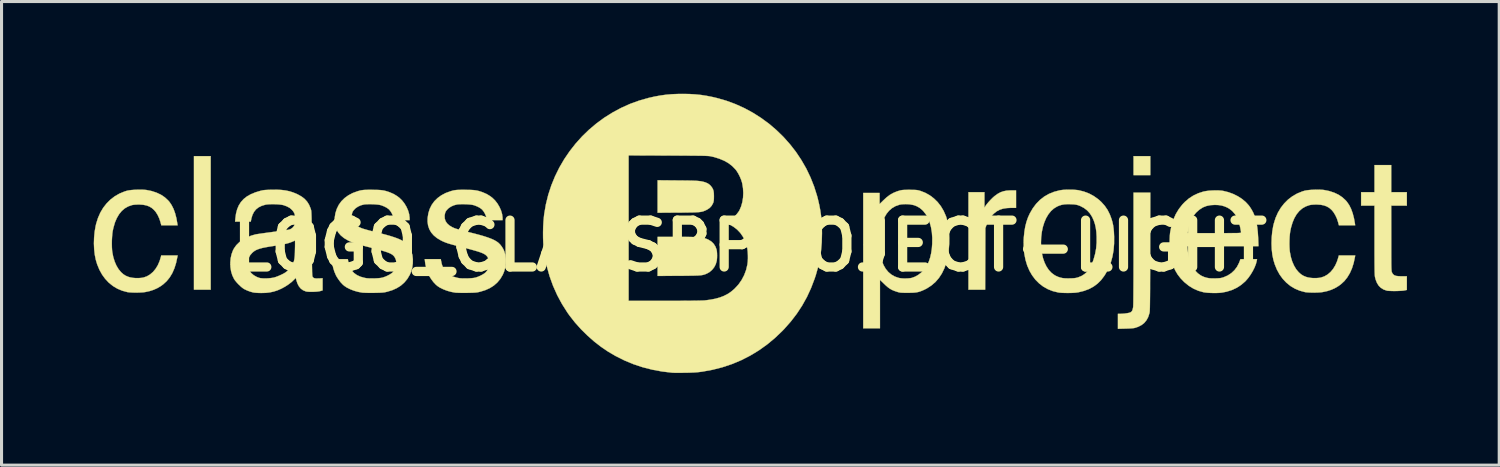
<source format=kicad_pcb>
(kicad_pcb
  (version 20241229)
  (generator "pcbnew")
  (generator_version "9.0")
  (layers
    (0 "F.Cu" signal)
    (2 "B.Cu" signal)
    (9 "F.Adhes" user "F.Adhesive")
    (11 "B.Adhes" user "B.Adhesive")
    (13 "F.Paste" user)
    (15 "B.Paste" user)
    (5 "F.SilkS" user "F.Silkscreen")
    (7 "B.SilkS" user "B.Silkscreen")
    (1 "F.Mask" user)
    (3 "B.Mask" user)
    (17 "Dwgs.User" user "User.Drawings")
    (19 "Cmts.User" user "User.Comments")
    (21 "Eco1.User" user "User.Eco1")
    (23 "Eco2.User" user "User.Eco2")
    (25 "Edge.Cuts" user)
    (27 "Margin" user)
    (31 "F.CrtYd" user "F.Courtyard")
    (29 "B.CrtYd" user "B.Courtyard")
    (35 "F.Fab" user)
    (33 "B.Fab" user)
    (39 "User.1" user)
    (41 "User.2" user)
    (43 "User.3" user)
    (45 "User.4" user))
  (footprint "LOGO_CLASSBPROJECT-LIGHT"
    (layer "F.Cu")
    (at 21.341 4.945)
    (property "Reference" "LOGO_CLASSBPROJECT-LIGHT" (at 0 0 0) (layer "F.SilkS") (effects (font (size 1.524 1.524) (thickness 0.3))))
    (attr through_hole)
    (fp_poly (pts (xy -17.538 1.427) (xy -18.082 1.427) (xy -18.082 -2.915) (xy -17.538 -2.915) (xy -17.538 1.427)) (stroke (width 0.01) (type solid)) (fill yes) (layer "F.SilkS"))
    (fp_poly (pts (xy 13.027 -2.298) (xy 12.482 -2.298) (xy 12.482 -2.915) (xy 13.027 -2.915) (xy 13.027 -2.298)) (stroke (width 0.01) (type solid)) (fill yes) (layer "F.SilkS"))
    (fp_poly (pts (xy 8.66 -1.234) (xy 8.499 -1.234) (xy 8.359 -1.227) (xy 8.238 -1.208) (xy 8.131 -1.174) (xy 8.035 -1.124) (xy 7.949 -1.057) (xy 7.901 -1.011) (xy 7.83 -0.928) (xy 7.774 -0.845) (xy 7.728 -0.753) (xy 7.7 -0.68) (xy 7.662 -0.575) (xy 7.659 0.426) (xy 7.655 1.427) (xy 7.112 1.427) (xy 7.112 -1.742) (xy 7.632 -1.742) (xy 7.632 -1.241) (xy 7.667 -1.297) (xy 7.709 -1.355) (xy 7.764 -1.421) (xy 7.827 -1.49) (xy 7.893 -1.556) (xy 7.955 -1.612) (xy 7.964 -1.619) (xy 8.059 -1.688) (xy 8.152 -1.739) (xy 8.249 -1.773) (xy 8.355 -1.794) (xy 8.476 -1.802) (xy 8.508 -1.802) (xy 8.66 -1.802) (xy 8.66 -1.234)) (stroke (width 0.01) (type solid)) (fill yes) (layer "F.SilkS"))
    (fp_poly (pts (xy -2.386 -0.29) (xy -2.218 -0.29) (xy -2.073 -0.289) (xy -1.947 -0.288) (xy -1.84 -0.285) (xy -1.748 -0.282) (xy -1.67 -0.277) (xy -1.604 -0.271) (xy -1.547 -0.263) (xy -1.498 -0.253) (xy -1.454 -0.241) (xy -1.414 -0.227) (xy -1.375 -0.211) (xy -1.346 -0.197) (xy -1.252 -0.139) (xy -1.176 -0.065) (xy -1.119 0.025) (xy -1.081 0.127) (xy -1.072 0.178) (xy -1.067 0.245) (xy -1.065 0.32) (xy -1.067 0.396) (xy -1.073 0.464) (xy -1.077 0.491) (xy -1.108 0.598) (xy -1.159 0.697) (xy -1.228 0.783) (xy -1.31 0.854) (xy -1.383 0.896) (xy -1.416 0.911) (xy -1.446 0.924) (xy -1.477 0.935) (xy -1.509 0.944) (xy -1.546 0.952) (xy -1.588 0.958) (xy -1.639 0.963) (xy -1.7 0.967) (xy -1.774 0.969) (xy -1.863 0.972) (xy -1.968 0.973) (xy -2.092 0.975) (xy -2.238 0.976) (xy -2.313 0.976) (xy -3 0.981) (xy -3 -0.29) (xy -2.386 -0.29)) (stroke (width 0.01) (type solid)) (fill yes) (layer "F.SilkS"))
    (fp_poly (pts (xy -2.349 -2.125) (xy -2.199 -2.124) (xy -2.07 -2.122) (xy -1.961 -2.121) (xy -1.869 -2.119) (xy -1.792 -2.116) (xy -1.727 -2.113) (xy -1.672 -2.108) (xy -1.625 -2.103) (xy -1.583 -2.097) (xy -1.544 -2.089) (xy -1.506 -2.08) (xy -1.466 -2.069) (xy -1.447 -2.063) (xy -1.364 -2.027) (xy -1.29 -1.97) (xy -1.237 -1.907) (xy -1.209 -1.86) (xy -1.189 -1.814) (xy -1.177 -1.763) (xy -1.17 -1.701) (xy -1.168 -1.622) (xy -1.168 -1.603) (xy -1.169 -1.535) (xy -1.172 -1.485) (xy -1.178 -1.445) (xy -1.187 -1.411) (xy -1.195 -1.389) (xy -1.241 -1.304) (xy -1.304 -1.234) (xy -1.387 -1.178) (xy -1.409 -1.167) (xy -1.444 -1.15) (xy -1.477 -1.136) (xy -1.508 -1.124) (xy -1.541 -1.114) (xy -1.577 -1.106) (xy -1.619 -1.099) (xy -1.67 -1.094) (xy -1.73 -1.09) (xy -1.803 -1.087) (xy -1.89 -1.084) (xy -1.993 -1.083) (xy -2.116 -1.081) (xy -2.26 -1.08) (xy -2.331 -1.08) (xy -3 -1.075) (xy -3 -2.131) (xy -2.349 -2.125)) (stroke (width 0.01) (type solid)) (fill yes) (layer "F.SilkS"))
    (fp_poly (pts (xy 13.023 0.191) (xy 13.023 0.444) (xy 13.022 0.675) (xy 13.022 0.883) (xy 13.021 1.071) (xy 13.02 1.24) (xy 13.02 1.39) (xy 13.019 1.522) (xy 13.018 1.639) (xy 13.017 1.74) (xy 13.016 1.828) (xy 13.015 1.903) (xy 13.014 1.966) (xy 13.013 2.019) (xy 13.011 2.063) (xy 13.01 2.099) (xy 13.008 2.127) (xy 13.006 2.15) (xy 13.003 2.169) (xy 13.001 2.183) (xy 12.998 2.195) (xy 12.959 2.317) (xy 12.903 2.421) (xy 12.831 2.508) (xy 12.742 2.578) (xy 12.634 2.634) (xy 12.537 2.667) (xy 12.5 2.676) (xy 12.451 2.682) (xy 12.388 2.687) (xy 12.308 2.691) (xy 12.219 2.694) (xy 11.974 2.7) (xy 11.974 2.213) (xy 12.05 2.213) (xy 12.118 2.211) (xy 12.19 2.205) (xy 12.261 2.195) (xy 12.323 2.184) (xy 12.369 2.171) (xy 12.374 2.17) (xy 12.408 2.149) (xy 12.434 2.118) (xy 12.453 2.072) (xy 12.467 2.007) (xy 12.47 1.988) (xy 12.471 1.964) (xy 12.473 1.916) (xy 12.475 1.845) (xy 12.476 1.753) (xy 12.477 1.638) (xy 12.478 1.503) (xy 12.479 1.347) (xy 12.48 1.172) (xy 12.481 0.977) (xy 12.481 0.765) (xy 12.482 0.535) (xy 12.482 0.287) (xy 12.482 0.088) (xy 12.482 -1.73) (xy 13.027 -1.73) (xy 13.023 0.191)) (stroke (width 0.01) (type solid)) (fill yes) (layer "F.SilkS"))
    (fp_poly (pts (xy 20.864 -1.742) (xy 21.372 -1.742) (xy 21.372 -1.306) (xy 20.864 -1.306) (xy 20.865 -0.245) (xy 20.865 -0.06) (xy 20.865 0.102) (xy 20.865 0.244) (xy 20.865 0.366) (xy 20.866 0.469) (xy 20.866 0.557) (xy 20.867 0.629) (xy 20.868 0.689) (xy 20.87 0.736) (xy 20.872 0.773) (xy 20.874 0.802) (xy 20.876 0.824) (xy 20.879 0.84) (xy 20.882 0.852) (xy 20.886 0.862) (xy 20.887 0.865) (xy 20.911 0.908) (xy 20.94 0.941) (xy 20.978 0.965) (xy 21.027 0.98) (xy 21.093 0.988) (xy 21.177 0.992) (xy 21.209 0.992) (xy 21.372 0.992) (xy 21.372 1.436) (xy 21.303 1.451) (xy 21.256 1.459) (xy 21.192 1.464) (xy 21.117 1.468) (xy 21.035 1.471) (xy 20.951 1.472) (xy 20.872 1.47) (xy 20.801 1.467) (xy 20.746 1.463) (xy 20.716 1.457) (xy 20.615 1.422) (xy 20.529 1.369) (xy 20.458 1.3) (xy 20.402 1.211) (xy 20.359 1.104) (xy 20.34 1.032) (xy 20.336 1.015) (xy 20.333 0.994) (xy 20.331 0.969) (xy 20.328 0.937) (xy 20.327 0.897) (xy 20.325 0.848) (xy 20.324 0.788) (xy 20.323 0.715) (xy 20.322 0.628) (xy 20.321 0.525) (xy 20.321 0.405) (xy 20.32 0.266) (xy 20.32 0.107) (xy 20.32 -0.073) (xy 20.32 -0.181) (xy 20.32 -1.306) (xy 19.885 -1.306) (xy 19.885 -1.742) (xy 20.32 -1.742) (xy 20.32 -2.625) (xy 20.864 -2.625) (xy 20.864 -1.742)) (stroke (width 0.01) (type solid)) (fill yes) (layer "F.SilkS"))
    (fp_poly (pts (xy -19.747 -1.824) (xy -19.668 -1.819) (xy -19.63 -1.815) (xy -19.457 -1.78) (xy -19.299 -1.728) (xy -19.157 -1.661) (xy -19.031 -1.577) (xy -18.924 -1.478) (xy -18.883 -1.432) (xy -18.81 -1.325) (xy -18.747 -1.201) (xy -18.695 -1.058) (xy -18.653 -0.896) (xy -18.622 -0.717) (xy -18.614 -0.665) (xy -19.143 -0.665) (xy -19.171 -0.77) (xy -19.21 -0.889) (xy -19.261 -0.999) (xy -19.322 -1.097) (xy -19.381 -1.166) (xy -19.455 -1.231) (xy -19.536 -1.279) (xy -19.628 -1.313) (xy -19.733 -1.334) (xy -19.856 -1.342) (xy -19.885 -1.342) (xy -19.966 -1.34) (xy -20.038 -1.334) (xy -20.093 -1.325) (xy -20.097 -1.324) (xy -20.221 -1.281) (xy -20.333 -1.217) (xy -20.432 -1.132) (xy -20.518 -1.026) (xy -20.592 -0.9) (xy -20.654 -0.753) (xy -20.702 -0.586) (xy -20.726 -0.475) (xy -20.738 -0.389) (xy -20.746 -0.286) (xy -20.752 -0.174) (xy -20.753 -0.06) (xy -20.751 0.05) (xy -20.745 0.149) (xy -20.738 0.206) (xy -20.707 0.366) (xy -20.661 0.514) (xy -20.603 0.647) (xy -20.533 0.763) (xy -20.453 0.859) (xy -20.378 0.926) (xy -20.301 0.975) (xy -20.214 1.011) (xy -20.156 1.028) (xy -20.074 1.043) (xy -19.979 1.051) (xy -19.881 1.051) (xy -19.79 1.044) (xy -19.729 1.034) (xy -19.615 0.995) (xy -19.511 0.934) (xy -19.416 0.853) (xy -19.332 0.753) (xy -19.259 0.635) (xy -19.2 0.5) (xy -19.159 0.366) (xy -19.146 0.314) (xy -18.613 0.314) (xy -18.621 0.36) (xy -18.663 0.556) (xy -18.718 0.732) (xy -18.787 0.89) (xy -18.871 1.029) (xy -18.97 1.151) (xy -19.084 1.255) (xy -19.165 1.314) (xy -19.28 1.381) (xy -19.398 1.433) (xy -19.525 1.474) (xy -19.668 1.505) (xy -19.671 1.505) (xy -19.737 1.514) (xy -19.818 1.519) (xy -19.909 1.522) (xy -20.003 1.523) (xy -20.093 1.52) (xy -20.174 1.515) (xy -20.239 1.508) (xy -20.252 1.505) (xy -20.419 1.46) (xy -20.574 1.394) (xy -20.718 1.308) (xy -20.85 1.202) (xy -20.967 1.078) (xy -21.07 0.937) (xy -21.158 0.778) (xy -21.23 0.604) (xy -21.275 0.455) (xy -21.308 0.291) (xy -21.328 0.112) (xy -21.336 -0.076) (xy -21.33 -0.268) (xy -21.312 -0.458) (xy -21.28 -0.641) (xy -21.262 -0.72) (xy -21.203 -0.906) (xy -21.127 -1.079) (xy -21.033 -1.237) (xy -20.922 -1.379) (xy -20.796 -1.504) (xy -20.656 -1.611) (xy -20.502 -1.699) (xy -20.336 -1.767) (xy -20.253 -1.792) (xy -20.195 -1.803) (xy -20.118 -1.813) (xy -20.028 -1.82) (xy -19.933 -1.824) (xy -19.837 -1.826) (xy -19.747 -1.824)) (stroke (width 0.01) (type solid)) (fill yes) (layer "F.SilkS"))
    (fp_poly (pts (xy 18.559 -1.824) (xy 18.638 -1.819) (xy 18.676 -1.815) (xy 18.849 -1.78) (xy 19.007 -1.728) (xy 19.149 -1.661) (xy 19.274 -1.577) (xy 19.382 -1.478) (xy 19.422 -1.432) (xy 19.496 -1.325) (xy 19.558 -1.201) (xy 19.61 -1.058) (xy 19.652 -0.896) (xy 19.684 -0.717) (xy 19.691 -0.665) (xy 19.163 -0.665) (xy 19.135 -0.77) (xy 19.096 -0.889) (xy 19.044 -0.999) (xy 18.983 -1.097) (xy 18.925 -1.166) (xy 18.851 -1.231) (xy 18.769 -1.279) (xy 18.678 -1.313) (xy 18.572 -1.334) (xy 18.45 -1.342) (xy 18.421 -1.342) (xy 18.339 -1.34) (xy 18.268 -1.334) (xy 18.212 -1.325) (xy 18.209 -1.324) (xy 18.085 -1.281) (xy 17.973 -1.217) (xy 17.874 -1.132) (xy 17.787 -1.026) (xy 17.713 -0.9) (xy 17.652 -0.753) (xy 17.603 -0.586) (xy 17.58 -0.475) (xy 17.568 -0.389) (xy 17.559 -0.286) (xy 17.554 -0.174) (xy 17.552 -0.06) (xy 17.555 0.05) (xy 17.561 0.149) (xy 17.568 0.206) (xy 17.599 0.366) (xy 17.644 0.514) (xy 17.703 0.647) (xy 17.772 0.763) (xy 17.853 0.859) (xy 17.928 0.926) (xy 18.005 0.975) (xy 18.091 1.011) (xy 18.15 1.028) (xy 18.232 1.043) (xy 18.326 1.051) (xy 18.424 1.051) (xy 18.516 1.044) (xy 18.577 1.034) (xy 18.69 0.995) (xy 18.795 0.934) (xy 18.89 0.853) (xy 18.974 0.753) (xy 19.046 0.635) (xy 19.105 0.5) (xy 19.147 0.366) (xy 19.16 0.314) (xy 19.692 0.314) (xy 19.685 0.36) (xy 19.643 0.556) (xy 19.588 0.732) (xy 19.518 0.89) (xy 19.434 1.029) (xy 19.336 1.151) (xy 19.222 1.255) (xy 19.14 1.314) (xy 19.026 1.381) (xy 18.908 1.433) (xy 18.781 1.474) (xy 18.637 1.505) (xy 18.634 1.505) (xy 18.569 1.514) (xy 18.487 1.519) (xy 18.397 1.522) (xy 18.303 1.523) (xy 18.212 1.52) (xy 18.131 1.515) (xy 18.067 1.508) (xy 18.054 1.505) (xy 17.887 1.46) (xy 17.731 1.394) (xy 17.587 1.308) (xy 17.456 1.202) (xy 17.338 1.078) (xy 17.235 0.937) (xy 17.147 0.778) (xy 17.076 0.604) (xy 17.031 0.455) (xy 16.997 0.291) (xy 16.977 0.112) (xy 16.97 -0.076) (xy 16.976 -0.268) (xy 16.994 -0.458) (xy 17.025 -0.641) (xy 17.044 -0.72) (xy 17.102 -0.906) (xy 17.179 -1.079) (xy 17.273 -1.237) (xy 17.384 -1.379) (xy 17.509 -1.504) (xy 17.65 -1.611) (xy 17.803 -1.699) (xy 17.969 -1.767) (xy 18.052 -1.792) (xy 18.111 -1.803) (xy 18.188 -1.813) (xy 18.277 -1.82) (xy 18.373 -1.824) (xy 18.469 -1.826) (xy 18.559 -1.824)) (stroke (width 0.01) (type solid)) (fill yes) (layer "F.SilkS"))
    (fp_poly (pts (xy 5.284 -1.819) (xy 5.347 -1.818) (xy 5.396 -1.816) (xy 5.435 -1.812) (xy 5.469 -1.807) (xy 5.503 -1.798) (xy 5.542 -1.787) (xy 5.546 -1.786) (xy 5.704 -1.725) (xy 5.852 -1.643) (xy 5.987 -1.541) (xy 6.109 -1.422) (xy 6.215 -1.286) (xy 6.305 -1.134) (xy 6.378 -0.968) (xy 6.392 -0.929) (xy 6.432 -0.783) (xy 6.461 -0.62) (xy 6.48 -0.444) (xy 6.488 -0.26) (xy 6.486 -0.072) (xy 6.473 0.114) (xy 6.449 0.295) (xy 6.414 0.466) (xy 6.392 0.55) (xy 6.328 0.733) (xy 6.248 0.898) (xy 6.151 1.046) (xy 6.038 1.177) (xy 5.908 1.289) (xy 5.763 1.384) (xy 5.703 1.415) (xy 5.624 1.452) (xy 5.554 1.48) (xy 5.488 1.501) (xy 5.419 1.515) (xy 5.343 1.524) (xy 5.254 1.528) (xy 5.146 1.529) (xy 5.134 1.529) (xy 5.051 1.529) (xy 4.986 1.528) (xy 4.937 1.526) (xy 4.897 1.523) (xy 4.864 1.517) (xy 4.83 1.509) (xy 4.793 1.498) (xy 4.784 1.495) (xy 4.695 1.465) (xy 4.619 1.432) (xy 4.55 1.392) (xy 4.482 1.342) (xy 4.408 1.277) (xy 4.37 1.24) (xy 4.233 1.107) (xy 4.233 1.896) (xy 4.233 2.685) (xy 3.689 2.685) (xy 3.689 -0.028) (xy 4.218 -0.028) (xy 4.229 0.161) (xy 4.255 0.334) (xy 4.295 0.49) (xy 4.35 0.629) (xy 4.419 0.749) (xy 4.503 0.851) (xy 4.6 0.934) (xy 4.71 0.998) (xy 4.834 1.042) (xy 4.88 1.052) (xy 4.935 1.059) (xy 5.004 1.063) (xy 5.08 1.063) (xy 5.155 1.06) (xy 5.221 1.053) (xy 5.266 1.045) (xy 5.374 1.006) (xy 5.48 0.946) (xy 5.579 0.869) (xy 5.668 0.779) (xy 5.741 0.679) (xy 5.768 0.631) (xy 5.823 0.511) (xy 5.866 0.384) (xy 5.898 0.246) (xy 5.921 0.094) (xy 5.933 -0.067) (xy 5.935 -0.255) (xy 5.922 -0.435) (xy 5.894 -0.604) (xy 5.851 -0.76) (xy 5.794 -0.9) (xy 5.725 -1.025) (xy 5.642 -1.13) (xy 5.624 -1.149) (xy 5.533 -1.227) (xy 5.433 -1.286) (xy 5.322 -1.326) (xy 5.197 -1.349) (xy 5.075 -1.355) (xy 4.999 -1.353) (xy 4.929 -1.347) (xy 4.875 -1.338) (xy 4.868 -1.336) (xy 4.743 -1.293) (xy 4.631 -1.229) (xy 4.532 -1.145) (xy 4.447 -1.041) (xy 4.375 -0.917) (xy 4.316 -0.773) (xy 4.271 -0.61) (xy 4.24 -0.427) (xy 4.222 -0.234) (xy 4.218 -0.028) (xy 3.689 -0.028) (xy 3.689 -1.718) (xy 4.221 -1.718) (xy 4.221 -1.358) (xy 4.352 -1.486) (xy 4.457 -1.582) (xy 4.56 -1.659) (xy 4.667 -1.719) (xy 4.784 -1.768) (xy 4.886 -1.799) (xy 4.921 -1.807) (xy 4.959 -1.813) (xy 5.007 -1.817) (xy 5.067 -1.819) (xy 5.144 -1.82) (xy 5.201 -1.82) (xy 5.284 -1.819)) (stroke (width 0.01) (type solid)) (fill yes) (layer "F.SilkS"))
    (fp_poly (pts (xy 10.478 -1.825) (xy 10.574 -1.82) (xy 10.658 -1.812) (xy 10.688 -1.808) (xy 10.867 -1.764) (xy 11.038 -1.699) (xy 11.197 -1.612) (xy 11.345 -1.505) (xy 11.436 -1.422) (xy 11.546 -1.299) (xy 11.638 -1.164) (xy 11.712 -1.016) (xy 11.766 -0.871) (xy 11.795 -0.771) (xy 11.817 -0.672) (xy 11.832 -0.568) (xy 11.843 -0.452) (xy 11.849 -0.32) (xy 11.85 -0.3) (xy 11.849 -0.067) (xy 11.831 0.15) (xy 11.795 0.353) (xy 11.742 0.544) (xy 11.671 0.724) (xy 11.582 0.895) (xy 11.529 0.98) (xy 11.427 1.114) (xy 11.311 1.23) (xy 11.18 1.327) (xy 11.034 1.406) (xy 10.872 1.467) (xy 10.693 1.511) (xy 10.65 1.518) (xy 10.588 1.526) (xy 10.509 1.531) (xy 10.42 1.534) (xy 10.326 1.535) (xy 10.233 1.533) (xy 10.148 1.53) (xy 10.076 1.524) (xy 10.033 1.518) (xy 9.857 1.475) (xy 9.694 1.411) (xy 9.545 1.327) (xy 9.41 1.223) (xy 9.288 1.1) (xy 9.181 0.957) (xy 9.099 0.816) (xy 9.024 0.644) (xy 8.968 0.458) (xy 8.929 0.259) (xy 8.908 0.048) (xy 8.908 -0.099) (xy 9.471 -0.099) (xy 9.478 0.08) (xy 9.501 0.249) (xy 9.538 0.406) (xy 9.588 0.549) (xy 9.651 0.677) (xy 9.726 0.788) (xy 9.812 0.88) (xy 9.91 0.953) (xy 9.957 0.979) (xy 10.031 1.012) (xy 10.101 1.035) (xy 10.174 1.051) (xy 10.255 1.059) (xy 10.352 1.061) (xy 10.402 1.06) (xy 10.478 1.058) (xy 10.536 1.055) (xy 10.582 1.05) (xy 10.621 1.043) (xy 10.66 1.033) (xy 10.687 1.024) (xy 10.792 0.981) (xy 10.885 0.922) (xy 10.967 0.848) (xy 11.039 0.755) (xy 11.102 0.643) (xy 11.159 0.509) (xy 11.182 0.443) (xy 11.232 0.266) (xy 11.265 0.088) (xy 11.281 -0.097) (xy 11.281 -0.296) (xy 11.281 -0.296) (xy 11.272 -0.45) (xy 11.254 -0.585) (xy 11.226 -0.707) (xy 11.188 -0.821) (xy 11.139 -0.93) (xy 11.136 -0.937) (xy 11.063 -1.052) (xy 10.973 -1.151) (xy 10.867 -1.232) (xy 10.747 -1.295) (xy 10.705 -1.311) (xy 10.659 -1.326) (xy 10.618 -1.336) (xy 10.576 -1.343) (xy 10.526 -1.348) (xy 10.461 -1.351) (xy 10.43 -1.352) (xy 10.321 -1.353) (xy 10.229 -1.347) (xy 10.148 -1.333) (xy 10.072 -1.31) (xy 9.994 -1.277) (xy 9.891 -1.214) (xy 9.798 -1.131) (xy 9.714 -1.028) (xy 9.642 -0.907) (xy 9.582 -0.77) (xy 9.534 -0.619) (xy 9.499 -0.454) (xy 9.477 -0.277) (xy 9.471 -0.099) (xy 8.908 -0.099) (xy 8.907 -0.171) (xy 8.913 -0.275) (xy 8.932 -0.46) (xy 8.96 -0.627) (xy 8.999 -0.78) (xy 9.049 -0.923) (xy 9.108 -1.052) (xy 9.204 -1.218) (xy 9.314 -1.365) (xy 9.438 -1.492) (xy 9.576 -1.6) (xy 9.727 -1.687) (xy 9.892 -1.754) (xy 10.07 -1.801) (xy 10.108 -1.808) (xy 10.183 -1.818) (xy 10.275 -1.824) (xy 10.375 -1.826) (xy 10.478 -1.825)) (stroke (width 0.01) (type solid)) (fill yes) (layer "F.SilkS"))
    (fp_poly (pts (xy 15.261 -1.8) (xy 15.354 -1.792) (xy 15.399 -1.785) (xy 15.565 -1.744) (xy 15.723 -1.686) (xy 15.871 -1.613) (xy 16.007 -1.526) (xy 16.126 -1.427) (xy 16.227 -1.318) (xy 16.265 -1.267) (xy 16.326 -1.171) (xy 16.378 -1.073) (xy 16.421 -0.969) (xy 16.457 -0.857) (xy 16.485 -0.734) (xy 16.507 -0.597) (xy 16.524 -0.443) (xy 16.535 -0.27) (xy 16.539 -0.172) (xy 16.546 0.012) (xy 14.236 0.012) (xy 14.236 0.064) (xy 14.239 0.115) (xy 14.247 0.182) (xy 14.259 0.257) (xy 14.273 0.334) (xy 14.289 0.403) (xy 14.296 0.433) (xy 14.345 0.572) (xy 14.408 0.696) (xy 14.484 0.804) (xy 14.571 0.894) (xy 14.669 0.964) (xy 14.711 0.986) (xy 14.789 1.019) (xy 14.866 1.042) (xy 14.948 1.056) (xy 15.042 1.062) (xy 15.149 1.061) (xy 15.223 1.058) (xy 15.28 1.054) (xy 15.326 1.048) (xy 15.367 1.038) (xy 15.411 1.024) (xy 15.415 1.023) (xy 15.546 0.966) (xy 15.662 0.89) (xy 15.763 0.796) (xy 15.847 0.686) (xy 15.912 0.56) (xy 15.926 0.526) (xy 15.96 0.436) (xy 16.229 0.436) (xy 16.499 0.435) (xy 16.491 0.481) (xy 16.464 0.587) (xy 16.42 0.701) (xy 16.361 0.819) (xy 16.292 0.935) (xy 16.214 1.045) (xy 16.13 1.142) (xy 16.111 1.162) (xy 15.981 1.273) (xy 15.838 1.366) (xy 15.68 1.439) (xy 15.508 1.493) (xy 15.353 1.523) (xy 15.278 1.531) (xy 15.188 1.535) (xy 15.089 1.536) (xy 14.989 1.533) (xy 14.894 1.528) (xy 14.81 1.519) (xy 14.756 1.51) (xy 14.589 1.463) (xy 14.43 1.393) (xy 14.28 1.301) (xy 14.138 1.186) (xy 14.126 1.175) (xy 14.012 1.057) (xy 13.915 0.931) (xy 13.835 0.795) (xy 13.77 0.647) (xy 13.719 0.484) (xy 13.68 0.302) (xy 13.667 0.218) (xy 13.661 0.151) (xy 13.657 0.067) (xy 13.655 -0.029) (xy 13.655 -0.13) (xy 13.658 -0.231) (xy 13.662 -0.325) (xy 13.669 -0.405) (xy 13.67 -0.411) (xy 14.245 -0.411) (xy 15.112 -0.411) (xy 15.277 -0.411) (xy 15.421 -0.411) (xy 15.543 -0.412) (xy 15.646 -0.412) (xy 15.731 -0.413) (xy 15.801 -0.413) (xy 15.856 -0.414) (xy 15.898 -0.416) (xy 15.93 -0.418) (xy 15.952 -0.42) (xy 15.966 -0.422) (xy 15.974 -0.426) (xy 15.977 -0.429) (xy 15.978 -0.432) (xy 15.975 -0.469) (xy 15.966 -0.523) (xy 15.954 -0.586) (xy 15.938 -0.654) (xy 15.922 -0.72) (xy 15.906 -0.777) (xy 15.905 -0.78) (xy 15.851 -0.913) (xy 15.782 -1.029) (xy 15.697 -1.127) (xy 15.597 -1.206) (xy 15.527 -1.246) (xy 15.436 -1.284) (xy 15.345 -1.31) (xy 15.246 -1.325) (xy 15.132 -1.33) (xy 15.124 -1.33) (xy 14.985 -1.322) (xy 14.862 -1.297) (xy 14.752 -1.255) (xy 14.733 -1.246) (xy 14.615 -1.169) (xy 14.511 -1.074) (xy 14.423 -0.962) (xy 14.351 -0.834) (xy 14.297 -0.693) (xy 14.262 -0.538) (xy 14.254 -0.481) (xy 14.245 -0.411) (xy 13.67 -0.411) (xy 13.674 -0.443) (xy 13.715 -0.652) (xy 13.775 -0.846) (xy 13.854 -1.026) (xy 13.953 -1.191) (xy 14.071 -1.343) (xy 14.15 -1.425) (xy 14.282 -1.539) (xy 14.427 -1.633) (xy 14.586 -1.708) (xy 14.755 -1.763) (xy 14.837 -1.779) (xy 14.936 -1.792) (xy 15.045 -1.799) (xy 15.155 -1.802) (xy 15.261 -1.8)) (stroke (width 0.01) (type solid)) (fill yes) (layer "F.SilkS"))
    (fp_poly (pts (xy -12.186 -1.819) (xy -12.091 -1.817) (xy -12.011 -1.812) (xy -11.941 -1.803) (xy -11.877 -1.791) (xy -11.814 -1.774) (xy -11.747 -1.752) (xy -11.706 -1.737) (xy -11.581 -1.682) (xy -11.47 -1.614) (xy -11.399 -1.56) (xy -11.312 -1.475) (xy -11.234 -1.375) (xy -11.168 -1.264) (xy -11.117 -1.148) (xy -11.083 -1.032) (xy -11.068 -0.919) (xy -11.067 -0.898) (xy -11.067 -0.835) (xy -11.573 -0.835) (xy -11.587 -0.901) (xy -11.61 -0.976) (xy -11.645 -1.054) (xy -11.688 -1.124) (xy -11.734 -1.18) (xy -11.739 -1.185) (xy -11.806 -1.235) (xy -11.889 -1.279) (xy -11.984 -1.316) (xy -12.017 -1.325) (xy -12.066 -1.335) (xy -12.134 -1.343) (xy -12.213 -1.349) (xy -12.298 -1.352) (xy -12.382 -1.353) (xy -12.46 -1.351) (xy -12.526 -1.347) (xy -12.552 -1.343) (xy -12.652 -1.317) (xy -12.743 -1.276) (xy -12.823 -1.223) (xy -12.886 -1.159) (xy -12.921 -1.107) (xy -12.937 -1.061) (xy -12.949 -1.003) (xy -12.951 -0.977) (xy -12.947 -0.886) (xy -12.922 -0.804) (xy -12.874 -0.731) (xy -12.804 -0.666) (xy -12.711 -0.608) (xy -12.625 -0.57) (xy -12.592 -0.558) (xy -12.538 -0.542) (xy -12.469 -0.522) (xy -12.386 -0.499) (xy -12.295 -0.475) (xy -12.198 -0.45) (xy -12.144 -0.437) (xy -11.972 -0.394) (xy -11.822 -0.354) (xy -11.692 -0.317) (xy -11.58 -0.281) (xy -11.484 -0.247) (xy -11.402 -0.214) (xy -11.332 -0.181) (xy -11.272 -0.146) (xy -11.22 -0.111) (xy -11.204 -0.098) (xy -11.149 -0.045) (xy -11.095 0.024) (xy -11.048 0.1) (xy -11.012 0.175) (xy -11.01 0.181) (xy -10.976 0.304) (xy -10.961 0.437) (xy -10.963 0.575) (xy -10.982 0.712) (xy -11.018 0.843) (xy -11.06 0.941) (xy -11.14 1.076) (xy -11.237 1.193) (xy -11.35 1.293) (xy -11.481 1.376) (xy -11.629 1.443) (xy -11.795 1.494) (xy -11.803 1.496) (xy -11.847 1.506) (xy -11.886 1.514) (xy -11.926 1.519) (xy -11.971 1.523) (xy -12.025 1.526) (xy -12.093 1.528) (xy -12.179 1.53) (xy -12.228 1.531) (xy -12.316 1.531) (xy -12.401 1.531) (xy -12.478 1.53) (xy -12.543 1.527) (xy -12.591 1.525) (xy -12.609 1.523) (xy -12.743 1.498) (xy -12.875 1.461) (xy -12.999 1.413) (xy -13.11 1.358) (xy -13.19 1.305) (xy -13.252 1.25) (xy -13.317 1.179) (xy -13.379 1.096) (xy -13.436 1.01) (xy -13.468 0.95) (xy -13.514 0.841) (xy -13.552 0.719) (xy -13.579 0.595) (xy -13.589 0.523) (xy -13.598 0.435) (xy -13.076 0.435) (xy -13.068 0.481) (xy -13.061 0.519) (xy -13.051 0.567) (xy -13.044 0.596) (xy -13.006 0.708) (xy -12.949 0.805) (xy -12.875 0.886) (xy -12.781 0.953) (xy -12.669 1.005) (xy -12.538 1.042) (xy -12.478 1.053) (xy -12.419 1.059) (xy -12.345 1.062) (xy -12.261 1.062) (xy -12.175 1.06) (xy -12.091 1.055) (xy -12.018 1.048) (xy -11.96 1.038) (xy -11.944 1.034) (xy -11.861 1.006) (xy -11.778 0.969) (xy -11.701 0.927) (xy -11.638 0.883) (xy -11.61 0.858) (xy -11.555 0.785) (xy -11.517 0.702) (xy -11.498 0.614) (xy -11.498 0.525) (xy -11.518 0.44) (xy -11.552 0.371) (xy -11.574 0.341) (xy -11.598 0.315) (xy -11.628 0.29) (xy -11.665 0.267) (xy -11.71 0.244) (xy -11.767 0.221) (xy -11.837 0.196) (xy -11.921 0.17) (xy -12.022 0.141) (xy -12.143 0.108) (xy -12.284 0.071) (xy -12.349 0.054) (xy -12.482 0.02) (xy -12.595 -0.009) (xy -12.689 -0.035) (xy -12.768 -0.057) (xy -12.835 -0.077) (xy -12.891 -0.096) (xy -12.941 -0.115) (xy -12.986 -0.134) (xy -13.03 -0.154) (xy -13.075 -0.176) (xy -13.075 -0.177) (xy -13.202 -0.252) (xy -13.307 -0.339) (xy -13.39 -0.435) (xy -13.451 -0.542) (xy -13.49 -0.66) (xy -13.507 -0.787) (xy -13.505 -0.901) (xy -13.481 -1.056) (xy -13.436 -1.199) (xy -13.372 -1.33) (xy -13.287 -1.448) (xy -13.183 -1.551) (xy -13.061 -1.64) (xy -12.92 -1.715) (xy -12.762 -1.773) (xy -12.692 -1.793) (xy -12.655 -1.802) (xy -12.62 -1.808) (xy -12.583 -1.813) (xy -12.539 -1.817) (xy -12.485 -1.819) (xy -12.416 -1.82) (xy -12.328 -1.82) (xy -12.301 -1.82) (xy -12.186 -1.819)) (stroke (width 0.01) (type solid)) (fill yes) (layer "F.SilkS"))
    (fp_poly (pts (xy -9.162 -1.819) (xy -9.067 -1.817) (xy -8.987 -1.812) (xy -8.917 -1.803) (xy -8.853 -1.791) (xy -8.79 -1.774) (xy -8.723 -1.752) (xy -8.682 -1.737) (xy -8.557 -1.682) (xy -8.446 -1.614) (xy -8.375 -1.56) (xy -8.288 -1.475) (xy -8.21 -1.375) (xy -8.145 -1.264) (xy -8.093 -1.148) (xy -8.059 -1.032) (xy -8.044 -0.919) (xy -8.044 -0.898) (xy -8.043 -0.835) (xy -8.55 -0.835) (xy -8.563 -0.901) (xy -8.586 -0.976) (xy -8.621 -1.054) (xy -8.664 -1.124) (xy -8.71 -1.18) (xy -8.716 -1.185) (xy -8.782 -1.235) (xy -8.866 -1.279) (xy -8.961 -1.316) (xy -8.993 -1.325) (xy -9.042 -1.335) (xy -9.11 -1.343) (xy -9.189 -1.349) (xy -9.274 -1.352) (xy -9.359 -1.353) (xy -9.437 -1.351) (xy -9.502 -1.347) (xy -9.528 -1.343) (xy -9.628 -1.317) (xy -9.719 -1.276) (xy -9.799 -1.223) (xy -9.862 -1.159) (xy -9.897 -1.107) (xy -9.913 -1.061) (xy -9.925 -1.003) (xy -9.928 -0.977) (xy -9.924 -0.886) (xy -9.898 -0.804) (xy -9.85 -0.731) (xy -9.78 -0.666) (xy -9.687 -0.608) (xy -9.602 -0.57) (xy -9.568 -0.558) (xy -9.515 -0.542) (xy -9.445 -0.522) (xy -9.362 -0.499) (xy -9.271 -0.475) (xy -9.174 -0.45) (xy -9.12 -0.437) (xy -8.948 -0.394) (xy -8.798 -0.354) (xy -8.668 -0.317) (xy -8.556 -0.281) (xy -8.46 -0.247) (xy -8.378 -0.214) (xy -8.308 -0.181) (xy -8.248 -0.146) (xy -8.196 -0.111) (xy -8.18 -0.098) (xy -8.125 -0.045) (xy -8.071 0.024) (xy -8.024 0.1) (xy -7.988 0.175) (xy -7.986 0.181) (xy -7.952 0.304) (xy -7.937 0.437) (xy -7.939 0.575) (xy -7.958 0.712) (xy -7.995 0.843) (xy -8.036 0.941) (xy -8.116 1.076) (xy -8.213 1.193) (xy -8.327 1.293) (xy -8.457 1.376) (xy -8.606 1.443) (xy -8.772 1.494) (xy -8.78 1.496) (xy -8.823 1.506) (xy -8.862 1.514) (xy -8.902 1.519) (xy -8.947 1.523) (xy -9.002 1.526) (xy -9.069 1.528) (xy -9.155 1.53) (xy -9.204 1.531) (xy -9.292 1.531) (xy -9.377 1.531) (xy -9.455 1.53) (xy -9.519 1.527) (xy -9.568 1.525) (xy -9.585 1.523) (xy -9.719 1.498) (xy -9.851 1.461) (xy -9.975 1.413) (xy -10.086 1.358) (xy -10.166 1.305) (xy -10.228 1.25) (xy -10.293 1.179) (xy -10.356 1.096) (xy -10.412 1.01) (xy -10.445 0.95) (xy -10.491 0.841) (xy -10.528 0.719) (xy -10.555 0.595) (xy -10.565 0.523) (xy -10.574 0.435) (xy -10.052 0.435) (xy -10.045 0.481) (xy -10.037 0.519) (xy -10.027 0.567) (xy -10.02 0.596) (xy -9.982 0.708) (xy -9.926 0.805) (xy -9.851 0.886) (xy -9.758 0.953) (xy -9.645 1.005) (xy -9.514 1.042) (xy -9.454 1.053) (xy -9.395 1.059) (xy -9.321 1.062) (xy -9.237 1.062) (xy -9.151 1.06) (xy -9.068 1.055) (xy -8.994 1.048) (xy -8.936 1.038) (xy -8.92 1.034) (xy -8.837 1.006) (xy -8.754 0.969) (xy -8.677 0.927) (xy -8.614 0.883) (xy -8.586 0.858) (xy -8.531 0.785) (xy -8.493 0.702) (xy -8.474 0.614) (xy -8.474 0.525) (xy -8.494 0.44) (xy -8.528 0.371) (xy -8.55 0.341) (xy -8.574 0.315) (xy -8.604 0.29) (xy -8.641 0.267) (xy -8.686 0.244) (xy -8.743 0.221) (xy -8.813 0.196) (xy -8.897 0.17) (xy -8.999 0.141) (xy -9.119 0.108) (xy -9.26 0.071) (xy -9.325 0.054) (xy -9.459 0.02) (xy -9.571 -0.009) (xy -9.665 -0.035) (xy -9.744 -0.057) (xy -9.811 -0.077) (xy -9.868 -0.096) (xy -9.917 -0.115) (xy -9.963 -0.134) (xy -10.006 -0.154) (xy -10.051 -0.176) (xy -10.052 -0.177) (xy -10.178 -0.252) (xy -10.283 -0.339) (xy -10.366 -0.435) (xy -10.427 -0.542) (xy -10.466 -0.66) (xy -10.483 -0.787) (xy -10.481 -0.901) (xy -10.457 -1.056) (xy -10.413 -1.199) (xy -10.348 -1.33) (xy -10.263 -1.448) (xy -10.159 -1.551) (xy -10.037 -1.64) (xy -9.897 -1.715) (xy -9.738 -1.773) (xy -9.668 -1.793) (xy -9.631 -1.802) (xy -9.596 -1.808) (xy -9.559 -1.813) (xy -9.515 -1.817) (xy -9.461 -1.819) (xy -9.392 -1.82) (xy -9.304 -1.82) (xy -9.277 -1.82) (xy -9.162 -1.819)) (stroke (width 0.01) (type solid)) (fill yes) (layer "F.SilkS"))
    (fp_poly (pts (xy -1.974 -4.937) (xy -1.775 -4.925) (xy -1.585 -4.906) (xy -1.396 -4.876) (xy -1.2 -4.837) (xy -1.079 -4.808) (xy -0.769 -4.72) (xy -0.468 -4.609) (xy -0.178 -4.478) (xy 0.102 -4.326) (xy 0.37 -4.156) (xy 0.626 -3.968) (xy 0.867 -3.762) (xy 1.094 -3.541) (xy 1.305 -3.304) (xy 1.5 -3.054) (xy 1.676 -2.79) (xy 1.835 -2.514) (xy 1.973 -2.226) (xy 2.091 -1.928) (xy 2.188 -1.621) (xy 2.212 -1.529) (xy 2.256 -1.34) (xy 2.29 -1.162) (xy 2.316 -0.987) (xy 2.333 -0.808) (xy 2.343 -0.62) (xy 2.347 -0.415) (xy 2.347 -0.398) (xy 2.339 -0.109) (xy 2.316 0.166) (xy 2.277 0.432) (xy 2.22 0.694) (xy 2.145 0.958) (xy 2.108 1.069) (xy 1.991 1.376) (xy 1.856 1.668) (xy 1.701 1.946) (xy 1.527 2.211) (xy 1.331 2.466) (xy 1.114 2.711) (xy 1.059 2.768) (xy 0.815 3.001) (xy 0.559 3.213) (xy 0.292 3.403) (xy 0.013 3.572) (xy -0.276 3.72) (xy -0.577 3.846) (xy -0.888 3.95) (xy -1.209 4.032) (xy -1.541 4.093) (xy -1.6 4.101) (xy -1.674 4.11) (xy -1.75 4.117) (xy -1.833 4.122) (xy -1.928 4.126) (xy -2.039 4.129) (xy -2.123 4.13) (xy -2.214 4.131) (xy -2.3 4.131) (xy -2.377 4.131) (xy -2.441 4.131) (xy -2.488 4.13) (xy -2.515 4.129) (xy -2.516 4.129) (xy -2.854 4.089) (xy -3.178 4.029) (xy -3.49 3.949) (xy -3.791 3.849) (xy -4.082 3.728) (xy -4.365 3.586) (xy -4.608 3.444) (xy -4.838 3.288) (xy -5.064 3.113) (xy -5.282 2.92) (xy -5.49 2.715) (xy -5.683 2.5) (xy -5.857 2.279) (xy -5.93 2.177) (xy -6.109 1.895) (xy -6.166 1.79) (xy -3.943 1.79) (xy -2.771 1.79) (xy -2.57 1.79) (xy -2.381 1.79) (xy -2.207 1.789) (xy -2.048 1.788) (xy -1.906 1.787) (xy -1.781 1.786) (xy -1.675 1.784) (xy -1.589 1.782) (xy -1.525 1.78) (xy -1.483 1.778) (xy -1.474 1.778) (xy -1.289 1.754) (xy -1.124 1.723) (xy -0.976 1.682) (xy -0.844 1.631) (xy -0.723 1.569) (xy -0.611 1.494) (xy -0.506 1.405) (xy -0.497 1.397) (xy -0.373 1.264) (xy -0.269 1.117) (xy -0.184 0.956) (xy -0.12 0.785) (xy -0.078 0.605) (xy -0.078 0.603) (xy -0.067 0.512) (xy -0.062 0.409) (xy -0.063 0.3) (xy -0.069 0.194) (xy -0.08 0.097) (xy -0.096 0.018) (xy -0.149 -0.144) (xy -0.22 -0.289) (xy -0.308 -0.417) (xy -0.414 -0.529) (xy -0.537 -0.623) (xy -0.676 -0.7) (xy -0.692 -0.708) (xy -0.732 -0.726) (xy -0.76 -0.741) (xy -0.774 -0.75) (xy -0.774 -0.751) (xy -0.764 -0.76) (xy -0.741 -0.773) (xy -0.661 -0.818) (xy -0.577 -0.881) (xy -0.495 -0.955) (xy -0.421 -1.035) (xy -0.36 -1.116) (xy -0.336 -1.156) (xy -0.283 -1.28) (xy -0.244 -1.418) (xy -0.22 -1.567) (xy -0.213 -1.721) (xy -0.222 -1.877) (xy -0.247 -2.03) (xy -0.254 -2.059) (xy -0.283 -2.15) (xy -0.324 -2.248) (xy -0.373 -2.345) (xy -0.426 -2.431) (xy -0.465 -2.483) (xy -0.57 -2.591) (xy -0.692 -2.686) (xy -0.832 -2.766) (xy -0.992 -2.833) (xy -1.171 -2.888) (xy -1.276 -2.912) (xy -1.294 -2.915) (xy -1.315 -2.918) (xy -1.341 -2.92) (xy -1.373 -2.922) (xy -1.413 -2.924) (xy -1.463 -2.926) (xy -1.523 -2.928) (xy -1.594 -2.929) (xy -1.68 -2.93) (xy -1.78 -2.931) (xy -1.897 -2.932) (xy -2.031 -2.933) (xy -2.184 -2.934) (xy -2.359 -2.935) (xy -2.555 -2.935) (xy -2.658 -2.936) (xy -3.943 -2.94) (xy -3.943 1.79) (xy -6.166 1.79) (xy -6.266 1.604) (xy -6.4 1.304) (xy -6.512 0.995) (xy -6.601 0.678) (xy -6.668 0.352) (xy -6.707 0.063) (xy -6.719 -0.088) (xy -6.725 -0.257) (xy -6.726 -0.434) (xy -6.722 -0.615) (xy -6.712 -0.791) (xy -6.697 -0.956) (xy -6.688 -1.034) (xy -6.633 -1.352) (xy -6.556 -1.662) (xy -6.457 -1.964) (xy -6.337 -2.258) (xy -6.198 -2.541) (xy -6.039 -2.814) (xy -5.862 -3.074) (xy -5.668 -3.322) (xy -5.458 -3.556) (xy -5.232 -3.775) (xy -4.991 -3.978) (xy -4.737 -4.165) (xy -4.469 -4.333) (xy -4.19 -4.483) (xy -3.9 -4.614) (xy -3.599 -4.723) (xy -3.3 -4.808) (xy -3.097 -4.854) (xy -2.905 -4.889) (xy -2.717 -4.915) (xy -2.524 -4.931) (xy -2.319 -4.939) (xy -2.189 -4.94) (xy -1.974 -4.937)) (stroke (width 0.01) (type solid)) (fill yes) (layer "F.SilkS"))
    (fp_poly (pts (xy -15.234 -1.816) (xy -15.098 -1.799) (xy -14.973 -1.772) (xy -14.853 -1.734) (xy -14.735 -1.685) (xy -14.702 -1.669) (xy -14.581 -1.601) (xy -14.481 -1.524) (xy -14.401 -1.436) (xy -14.337 -1.334) (xy -14.288 -1.216) (xy -14.276 -1.179) (xy -14.273 -1.165) (xy -14.269 -1.148) (xy -14.266 -1.127) (xy -14.264 -1.099) (xy -14.262 -1.065) (xy -14.26 -1.021) (xy -14.258 -0.967) (xy -14.256 -0.901) (xy -14.255 -0.821) (xy -14.254 -0.725) (xy -14.253 -0.613) (xy -14.251 -0.481) (xy -14.25 -0.33) (xy -14.249 -0.157) (xy -14.249 -0.067) (xy -14.247 0.125) (xy -14.246 0.293) (xy -14.245 0.44) (xy -14.243 0.566) (xy -14.242 0.674) (xy -14.24 0.763) (xy -14.239 0.836) (xy -14.237 0.894) (xy -14.235 0.938) (xy -14.232 0.97) (xy -14.23 0.99) (xy -14.227 1.001) (xy -14.227 1.001) (xy -14.207 1.029) (xy -14.182 1.048) (xy -14.148 1.059) (xy -14.099 1.063) (xy -14.032 1.062) (xy -14.024 1.062) (xy -13.897 1.056) (xy -13.897 1.45) (xy -13.961 1.47) (xy -14.01 1.481) (xy -14.075 1.49) (xy -14.151 1.495) (xy -14.231 1.498) (xy -14.308 1.498) (xy -14.377 1.494) (xy -14.43 1.487) (xy -14.444 1.483) (xy -14.532 1.447) (xy -14.607 1.392) (xy -14.668 1.318) (xy -14.717 1.224) (xy -14.753 1.111) (xy -14.762 1.074) (xy -14.768 1.041) (xy -14.826 1.102) (xy -14.908 1.18) (xy -15.008 1.257) (xy -15.119 1.329) (xy -15.236 1.393) (xy -15.352 1.444) (xy -15.372 1.452) (xy -15.492 1.49) (xy -15.613 1.516) (xy -15.74 1.531) (xy -15.882 1.535) (xy -15.895 1.535) (xy -15.971 1.534) (xy -16.043 1.53) (xy -16.104 1.525) (xy -16.148 1.519) (xy -16.153 1.518) (xy -16.255 1.49) (xy -16.356 1.452) (xy -16.445 1.409) (xy -16.458 1.402) (xy -16.512 1.364) (xy -16.572 1.313) (xy -16.635 1.252) (xy -16.695 1.188) (xy -16.746 1.126) (xy -16.779 1.076) (xy -16.835 0.959) (xy -16.874 0.829) (xy -16.895 0.691) (xy -16.898 0.613) (xy -16.333 0.613) (xy -16.316 0.715) (xy -16.278 0.807) (xy -16.219 0.888) (xy -16.139 0.957) (xy -16.04 1.013) (xy -15.966 1.042) (xy -15.912 1.054) (xy -15.842 1.06) (xy -15.76 1.062) (xy -15.673 1.059) (xy -15.587 1.051) (xy -15.509 1.04) (xy -15.464 1.029) (xy -15.413 1.013) (xy -15.349 0.989) (xy -15.282 0.96) (xy -15.229 0.936) (xy -15.164 0.903) (xy -15.115 0.874) (xy -15.073 0.844) (xy -15.033 0.809) (xy -15.006 0.782) (xy -14.941 0.709) (xy -14.892 0.638) (xy -14.88 0.617) (xy -14.857 0.567) (xy -14.838 0.522) (xy -14.824 0.476) (xy -14.814 0.426) (xy -14.807 0.368) (xy -14.801 0.297) (xy -14.798 0.21) (xy -14.796 0.112) (xy -14.794 0.032) (xy -14.793 -0.039) (xy -14.793 -0.097) (xy -14.794 -0.141) (xy -14.795 -0.165) (xy -14.796 -0.169) (xy -14.809 -0.165) (xy -14.838 -0.152) (xy -14.876 -0.135) (xy -14.88 -0.134) (xy -14.942 -0.109) (xy -15.016 -0.085) (xy -15.103 -0.063) (xy -15.207 -0.041) (xy -15.329 -0.019) (xy -15.473 0.003) (xy -15.49 0.006) (xy -15.629 0.027) (xy -15.747 0.048) (xy -15.847 0.068) (xy -15.93 0.09) (xy -16 0.113) (xy -16.059 0.138) (xy -16.11 0.167) (xy -16.155 0.201) (xy -16.189 0.231) (xy -16.256 0.309) (xy -16.301 0.396) (xy -16.327 0.497) (xy -16.328 0.501) (xy -16.333 0.613) (xy -16.898 0.613) (xy -16.9 0.549) (xy -16.888 0.409) (xy -16.859 0.275) (xy -16.813 0.151) (xy -16.779 0.086) (xy -16.704 -0.02) (xy -16.607 -0.115) (xy -16.492 -0.2) (xy -16.361 -0.272) (xy -16.216 -0.331) (xy -16.081 -0.369) (xy -16.053 -0.375) (xy -16.004 -0.382) (xy -15.937 -0.392) (xy -15.855 -0.404) (xy -15.76 -0.417) (xy -15.657 -0.431) (xy -15.547 -0.446) (xy -15.496 -0.453) (xy -15.371 -0.469) (xy -15.267 -0.482) (xy -15.183 -0.494) (xy -15.116 -0.503) (xy -15.063 -0.512) (xy -15.023 -0.519) (xy -14.991 -0.526) (xy -14.967 -0.533) (xy -14.948 -0.54) (xy -14.932 -0.549) (xy -14.923 -0.553) (xy -14.875 -0.587) (xy -14.839 -0.629) (xy -14.824 -0.654) (xy -14.807 -0.685) (xy -14.796 -0.712) (xy -14.79 -0.741) (xy -14.787 -0.78) (xy -14.786 -0.835) (xy -14.786 -0.847) (xy -14.79 -0.936) (xy -14.8 -1.007) (xy -14.821 -1.067) (xy -14.853 -1.12) (xy -14.89 -1.165) (xy -14.965 -1.231) (xy -15.061 -1.283) (xy -15.176 -1.324) (xy -15.18 -1.325) (xy -15.24 -1.336) (xy -15.318 -1.345) (xy -15.407 -1.351) (xy -15.5 -1.353) (xy -15.591 -1.352) (xy -15.674 -1.348) (xy -15.741 -1.34) (xy -15.756 -1.337) (xy -15.876 -1.301) (xy -15.978 -1.251) (xy -16.062 -1.186) (xy -16.128 -1.104) (xy -16.179 -1.004) (xy -16.215 -0.886) (xy -16.225 -0.832) (xy -16.233 -0.786) (xy -16.743 -0.786) (xy -16.735 -0.884) (xy -16.714 -1.043) (xy -16.677 -1.186) (xy -16.624 -1.312) (xy -16.554 -1.423) (xy -16.466 -1.52) (xy -16.36 -1.604) (xy -16.233 -1.676) (xy -16.086 -1.737) (xy -15.923 -1.786) (xy -15.878 -1.797) (xy -15.835 -1.806) (xy -15.791 -1.812) (xy -15.739 -1.816) (xy -15.676 -1.819) (xy -15.595 -1.822) (xy -15.554 -1.823) (xy -15.385 -1.824) (xy -15.234 -1.816)) (stroke (width 0.01) (type solid)) (fill yes) (layer "F.SilkS")))
  (gr_rect
    (start -3 -3)
    (end 45.718 12.081)
    (stroke (width 0.1) (type default))
    (fill no)
    (layer "Edge.Cuts")))
</source>
